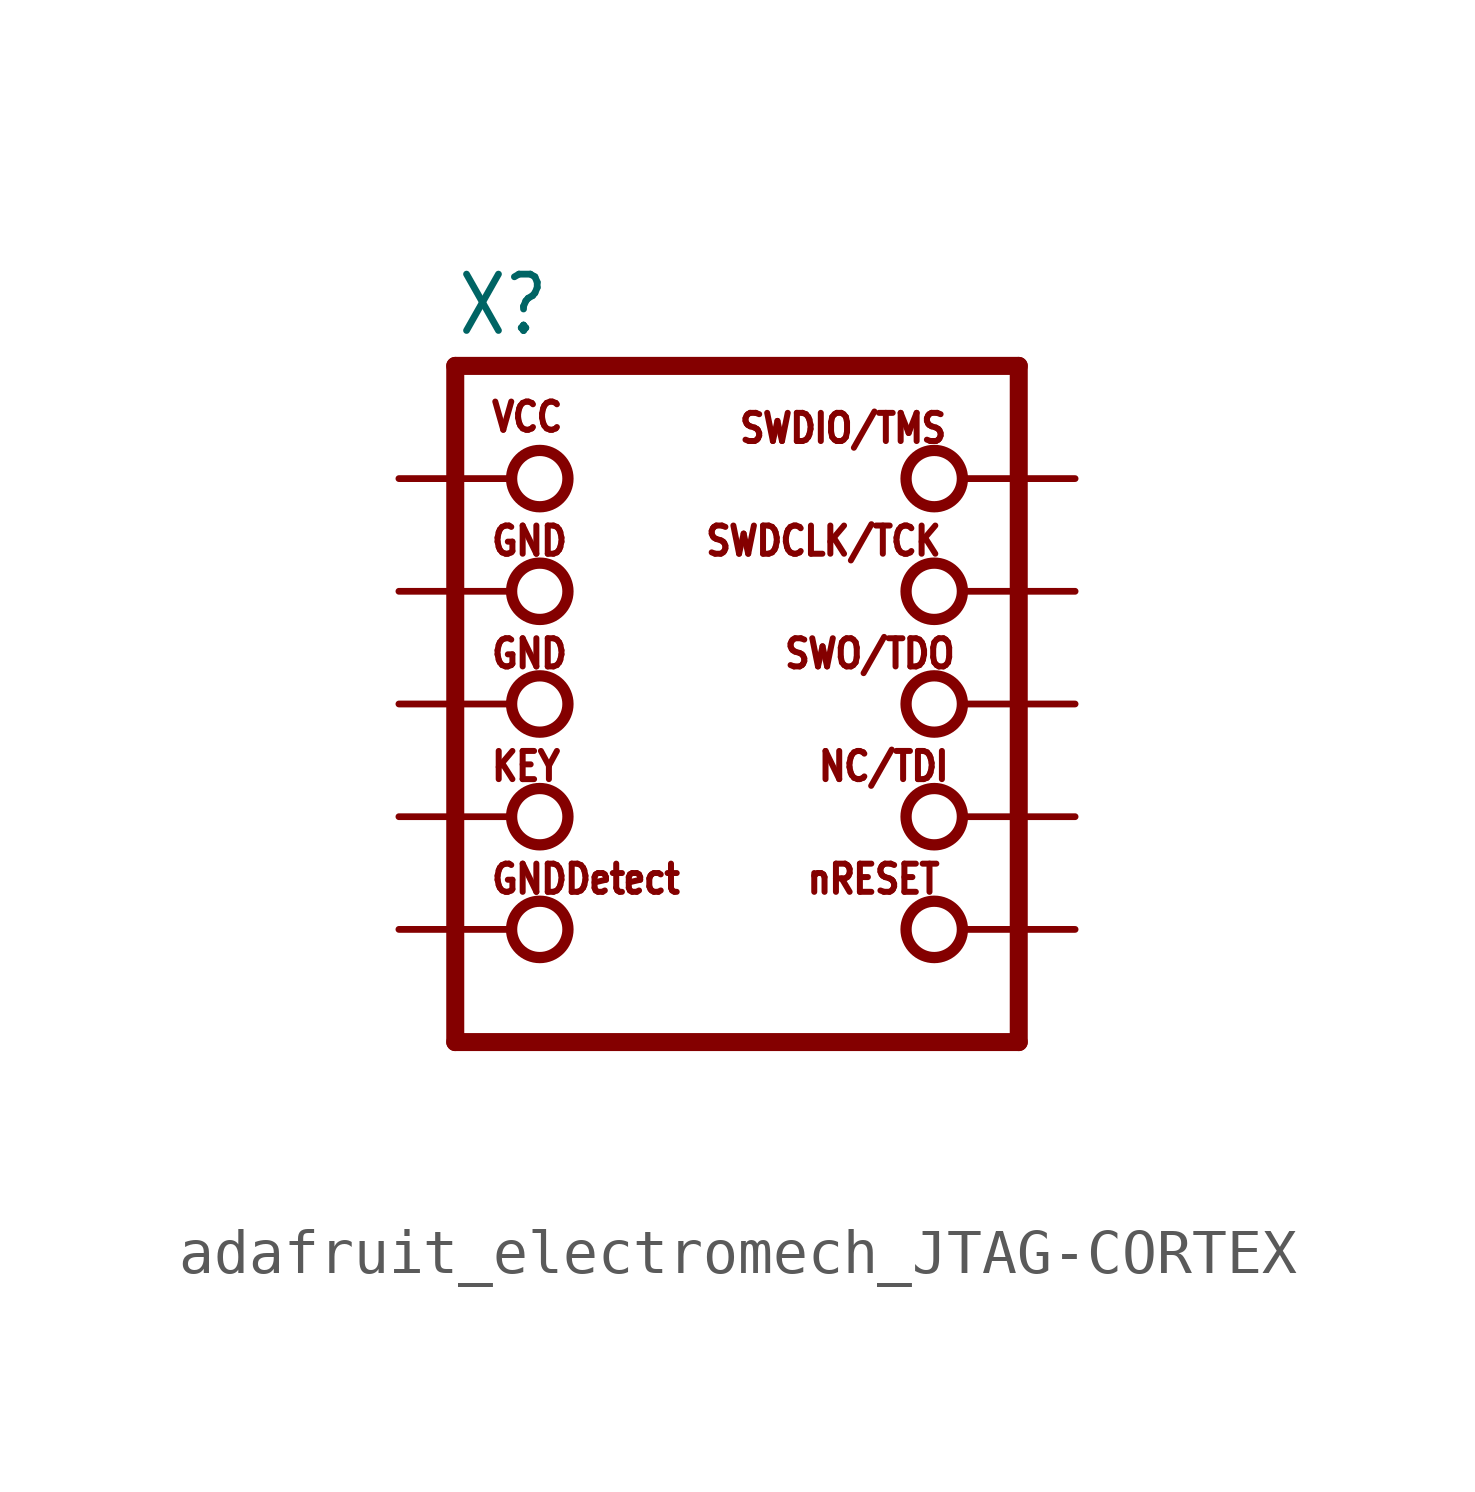
<source format=kicad_sym>
(kicad_symbol_lib
  (version 20241209)
  (generator "kicad_symbol_editor")
  (generator_version "9.0")
  (symbol "adafruit_electromech_JTAG-CORTEX"
    (property "Reference" "X"
      (at -6.35 8.255 0)
      (effects (font (size 1.27 1.079)) (justify left bottom)))
    (property "Value" ""
      (at -6.35 -9.525 0)
      (effects (font (size 1.27 1.079)) (justify left bottom)))
    (property "ki_locked" ""
      (at 0 0 0)
      (effects (font (size 1.27 1.27))))
    (symbol "adafruit_electromech_JTAG-CORTEX_1_0"
      (polyline (pts (xy -6.35 7.62) (xy -6.35 -7.62)) (stroke (width 0.406) (type solid)) (fill (type none)))
      (polyline (pts (xy -6.35 7.62) (xy 6.35 7.62)) (stroke (width 0.406) (type solid)) (fill (type none)))
      (circle (center -4.445 5.08) (radius 0.635) (stroke (width 0.254) (type solid)) (fill (type none)))
      (circle (center -4.445 2.54) (radius 0.635) (stroke (width 0.254) (type solid)) (fill (type none)))
      (circle (center -4.445 0) (radius 0.635) (stroke (width 0.254) (type solid)) (fill (type none)))
      (circle (center -4.445 -2.54) (radius 0.635) (stroke (width 0.254) (type solid)) (fill (type none)))
      (circle (center -4.445 -5.08) (radius 0.635) (stroke (width 0.254) (type solid)) (fill (type none)))
      (circle (center 4.445 5.08) (radius 0.635) (stroke (width 0.254) (type solid)) (fill (type none)))
      (circle (center 4.445 2.54) (radius 0.635) (stroke (width 0.254) (type solid)) (fill (type none)))
      (circle (center 4.445 0) (radius 0.635) (stroke (width 0.254) (type solid)) (fill (type none)))
      (circle (center 4.445 -2.54) (radius 0.635) (stroke (width 0.254) (type solid)) (fill (type none)))
      (circle (center 4.445 -5.08) (radius 0.635) (stroke (width 0.254) (type solid)) (fill (type none)))
      (polyline (pts (xy 6.35 -7.62) (xy -6.35 -7.62)) (stroke (width 0.406) (type solid)) (fill (type none)))
      (polyline (pts (xy 6.35 -7.62) (xy 6.35 7.62)) (stroke (width 0.406) (type solid)) (fill (type none)))
      (text "VCC" (at -5.588 6.096 0) (effects (font (size 0.635 0.54)) (justify left bottom)))
      (text "GND" (at -5.588 3.302 0) (effects (font (size 0.635 0.54)) (justify left bottom)))
      (text "GND" (at -5.588 0.762 0) (effects (font (size 0.635 0.54)) (justify left bottom)))
      (text "KEY" (at -5.588 -1.778 0) (effects (font (size 0.635 0.54)) (justify left bottom)))
      (text "GNDDetect" (at -5.588 -4.318 0) (effects (font (size 0.635 0.54)) (justify left bottom)))
      (text "SWDCLK/TCK" (at -0.762 3.302 0) (effects (font (size 0.635 0.54)) (justify left bottom)))
      (text "SWDIO/TMS" (at 0 5.842 0) (effects (font (size 0.635 0.54)) (justify left bottom)))
      (text "SWO/TDO" (at 1.016 0.762 0) (effects (font (size 0.635 0.54)) (justify left bottom)))
      (text "nRESET" (at 1.524 -4.318 0) (effects (font (size 0.635 0.54)) (justify left bottom)))
      (text "NC/TDI" (at 1.778 -1.778 0) (effects (font (size 0.635 0.54)) (justify left bottom)))
      (pin power_in line (at -7.62 5.08 0) (length 2.54) (name "VCC" (effects (font (size 0 0)))) (number "1" (effects (font (size 0 0)))))
      (pin power_in line (at -7.62 2.54 0) (length 2.54) (name "GND@1" (effects (font (size 0 0)))) (number "3" (effects (font (size 0 0)))))
      (pin power_in line (at -7.62 0 0) (length 2.54) (name "GND@2" (effects (font (size 0 0)))) (number "5" (effects (font (size 0 0)))))
      (pin bidirectional line (at -7.62 -2.54 0) (length 2.54) (name "KEY" (effects (font (size 0 0)))) (number "7" (effects (font (size 0 0)))))
      (pin bidirectional line (at -7.62 -5.08 0) (length 2.54) (name "GNDDETECT" (effects (font (size 0 0)))) (number "9" (effects (font (size 0 0)))))
      (pin bidirectional line (at 7.62 5.08 180) (length 2.54) (name "SWDIO" (effects (font (size 0 0)))) (number "2" (effects (font (size 0 0)))))
      (pin bidirectional line (at 7.62 2.54 180) (length 2.54) (name "SWDCLK" (effects (font (size 0 0)))) (number "4" (effects (font (size 0 0)))))
      (pin bidirectional line (at 7.62 0 180) (length 2.54) (name "SWO" (effects (font (size 0 0)))) (number "6" (effects (font (size 0 0)))))
      (pin bidirectional line (at 7.62 -2.54 180) (length 2.54) (name "TDI" (effects (font (size 0 0)))) (number "8" (effects (font (size 0 0)))))
      (pin bidirectional line (at 7.62 -5.08 180) (length 2.54) (name "NRESET" (effects (font (size 0 0)))) (number "10" (effects (font (size 0 0))))))))
</source>
